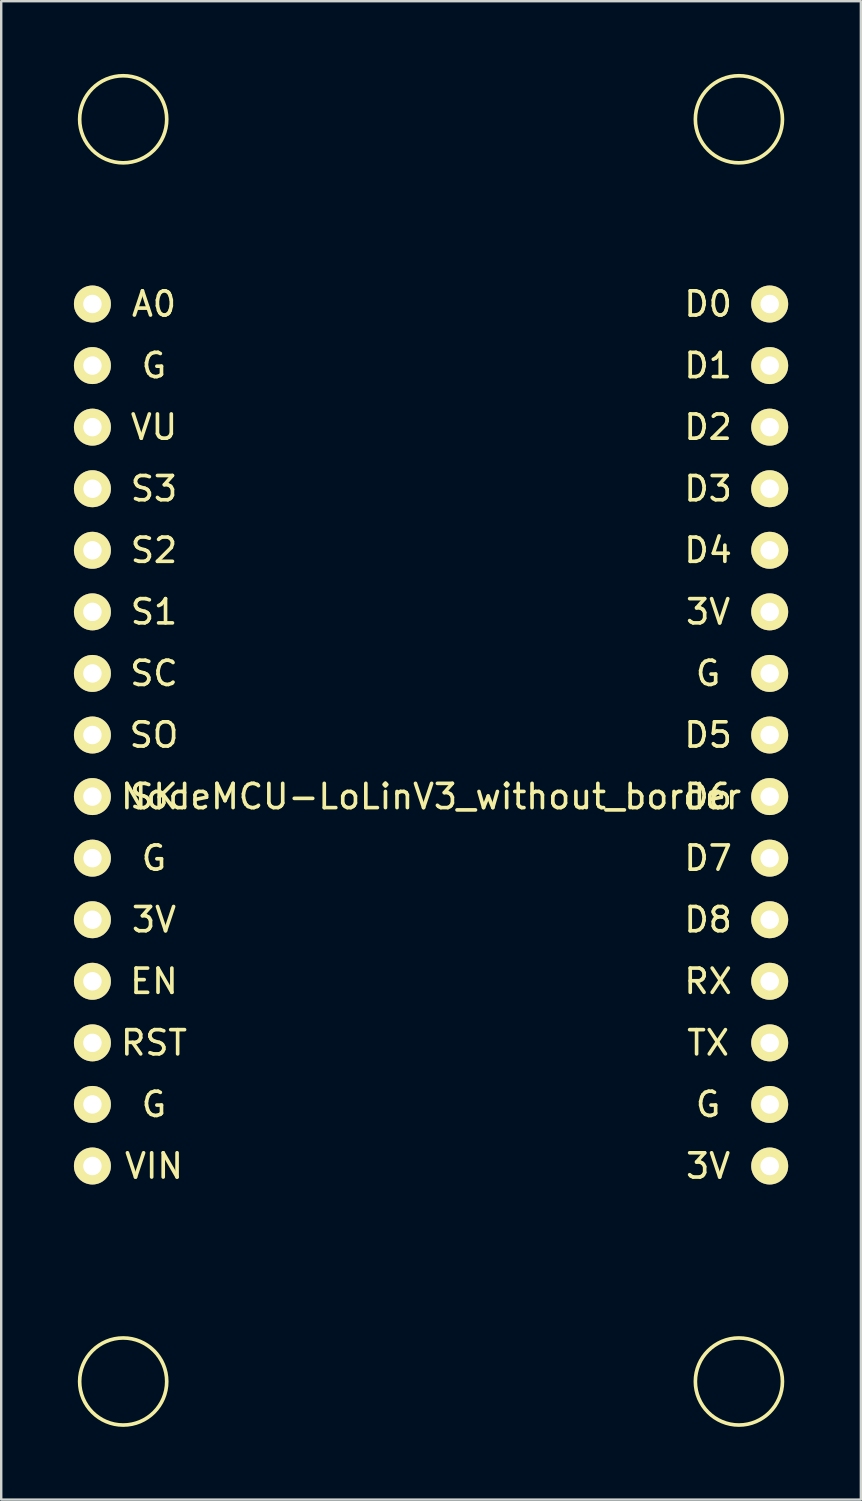
<source format=kicad_pcb>
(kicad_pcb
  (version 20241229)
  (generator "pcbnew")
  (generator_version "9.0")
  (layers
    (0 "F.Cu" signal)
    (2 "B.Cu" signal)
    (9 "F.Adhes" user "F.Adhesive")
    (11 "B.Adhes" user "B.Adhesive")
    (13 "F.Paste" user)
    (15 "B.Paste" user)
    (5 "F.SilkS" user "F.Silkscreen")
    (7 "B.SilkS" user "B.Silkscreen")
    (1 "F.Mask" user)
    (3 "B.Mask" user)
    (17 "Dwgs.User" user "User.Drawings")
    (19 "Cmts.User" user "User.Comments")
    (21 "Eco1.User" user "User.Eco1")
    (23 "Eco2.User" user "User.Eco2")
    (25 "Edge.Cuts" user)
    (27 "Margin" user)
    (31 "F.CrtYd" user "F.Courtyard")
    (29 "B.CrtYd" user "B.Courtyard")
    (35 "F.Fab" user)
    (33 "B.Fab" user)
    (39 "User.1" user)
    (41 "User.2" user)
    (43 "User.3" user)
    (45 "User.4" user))
  (footprint "NodeMCU-LoLinV3_without_border"
    (layer "F.Cu")
    (at 14.732 29.811)
    (property "Reference" "NodeMCU-LoLinV3_without_border" (at 0 0 0) (layer "F.SilkS") (effects (font (size 1 1) (thickness 0.15))))
    (attr through_hole)
    (fp_circle (center -12.7 -27.94) (end -11.43 -29.21) (stroke (width 0.15) (type solid)) (fill no) (layer "F.SilkS"))
    (fp_circle (center -12.7 24.13) (end -11.43 22.86) (stroke (width 0.15) (type solid)) (fill no) (layer "F.SilkS"))
    (fp_circle (center 12.7 -27.94) (end 13.97 -29.21) (stroke (width 0.15) (type solid)) (fill no) (layer "F.SilkS"))
    (fp_circle (center 12.7 24.13) (end 13.97 22.86) (stroke (width 0.15) (type solid)) (fill no) (layer "F.SilkS"))
    (fp_text user "G" (at 11.43 -5.08 0) (layer "F.SilkS") (effects (font (size 1 1) (thickness 0.15))))
    (fp_text user "3V" (at 11.43 -7.62 0) (layer "F.SilkS") (effects (font (size 1 1) (thickness 0.15))))
    (fp_text user "D3" (at 11.43 -12.7 0) (layer "F.SilkS") (effects (font (size 1 1) (thickness 0.15))))
    (fp_text user "A0" (at -11.43 -20.32 0) (layer "F.SilkS") (effects (font (size 1 1) (thickness 0.15))))
    (fp_text user "RX" (at 11.43 7.62 0) (layer "F.SilkS") (effects (font (size 1 1) (thickness 0.15))))
    (fp_text user "S3" (at -11.43 -12.7 0) (layer "F.SilkS") (effects (font (size 1 1) (thickness 0.15))))
    (fp_text user "3V" (at -11.43 5.08 0) (layer "F.SilkS") (effects (font (size 1 1) (thickness 0.15))))
    (fp_text user "G" (at -11.43 2.54 0) (layer "F.SilkS") (effects (font (size 1 1) (thickness 0.15))))
    (fp_text user "S1" (at -11.43 -7.62 0) (layer "F.SilkS") (effects (font (size 1 1) (thickness 0.15))))
    (fp_text user "TX" (at 11.43 10.16 0) (layer "F.SilkS") (effects (font (size 1 1) (thickness 0.15))))
    (fp_text user "D1" (at 11.43 -17.78 0) (layer "F.SilkS") (effects (font (size 1 1) (thickness 0.15))))
    (fp_text user "G" (at 11.43 12.7 0) (layer "F.SilkS") (effects (font (size 1 1) (thickness 0.15))))
    (fp_text user "D0" (at 11.43 -20.32 0) (layer "F.SilkS") (effects (font (size 1 1) (thickness 0.15))))
    (fp_text user "G" (at -11.43 -17.78 0) (layer "F.SilkS") (effects (font (size 1 1) (thickness 0.15))))
    (fp_text user "SC" (at -11.43 -5.08 0) (layer "F.SilkS") (effects (font (size 1 1) (thickness 0.15))))
    (fp_text user "D6" (at 11.43 0 0) (layer "F.SilkS") (effects (font (size 1 1) (thickness 0.15))))
    (fp_text user "D2" (at 11.43 -15.24 0) (layer "F.SilkS") (effects (font (size 1 1) (thickness 0.15))))
    (fp_text user "SK" (at -11.43 0 0) (layer "F.SilkS") (effects (font (size 1 1) (thickness 0.15))))
    (fp_text user "D7" (at 11.43 2.54 0) (layer "F.SilkS") (effects (font (size 1 1) (thickness 0.15))))
    (fp_text user "G" (at -11.43 12.7 0) (layer "F.SilkS") (effects (font (size 1 1) (thickness 0.15))))
    (fp_text user "D5" (at 11.43 -2.54 0) (layer "F.SilkS") (effects (font (size 1 1) (thickness 0.15))))
    (fp_text user "D4" (at 11.43 -10.16 0) (layer "F.SilkS") (effects (font (size 1 1) (thickness 0.15))))
    (fp_text user "EN" (at -11.43 7.62 0) (layer "F.SilkS") (effects (font (size 1 1) (thickness 0.15))))
    (fp_text user "VIN" (at -11.43 15.24 0) (layer "F.SilkS") (effects (font (size 1 1) (thickness 0.15))))
    (fp_text user "3V" (at 11.43 15.24 0) (layer "F.SilkS") (effects (font (size 1 1) (thickness 0.15))))
    (fp_text user "S2" (at -11.43 -10.16 0) (layer "F.SilkS") (effects (font (size 1 1) (thickness 0.15))))
    (fp_text user "VU" (at -11.43 -15.24 0) (layer "F.SilkS") (effects (font (size 1 1) (thickness 0.15))))
    (fp_text user "SO" (at -11.43 -2.54 0) (layer "F.SilkS") (effects (font (size 1 1) (thickness 0.15))))
    (fp_text user "RST" (at -11.43 10.16 0) (layer "F.SilkS") (effects (font (size 1 1) (thickness 0.15))))
    (fp_text user "D8" (at 11.43 5.08 0) (layer "F.SilkS") (effects (font (size 1 1) (thickness 0.15))))
    (pad "1" thru_hole circle (at -13.97 -20.32) (size 1.524 1.524) (drill 0.762) (layers "*.Cu" "*.Mask" "F.SilkS"))
    (pad "2" thru_hole circle (at -13.97 -17.78) (size 1.524 1.524) (drill 0.762) (layers "*.Cu" "*.Mask" "F.SilkS"))
    (pad "3" thru_hole circle (at -13.97 -15.24) (size 1.524 1.524) (drill 0.762) (layers "*.Cu" "*.Mask" "F.SilkS"))
    (pad "4" thru_hole circle (at -13.97 -12.7) (size 1.524 1.524) (drill 0.762) (layers "*.Cu" "*.Mask" "F.SilkS"))
    (pad "5" thru_hole circle (at -13.97 -10.16) (size 1.524 1.524) (drill 0.762) (layers "*.Cu" "*.Mask" "F.SilkS"))
    (pad "6" thru_hole circle (at -13.97 -7.62) (size 1.524 1.524) (drill 0.762) (layers "*.Cu" "*.Mask" "F.SilkS"))
    (pad "7" thru_hole circle (at -13.97 -5.08) (size 1.524 1.524) (drill 0.762) (layers "*.Cu" "*.Mask" "F.SilkS"))
    (pad "8" thru_hole circle (at -13.97 -2.54) (size 1.524 1.524) (drill 0.762) (layers "*.Cu" "*.Mask" "F.SilkS"))
    (pad "9" thru_hole circle (at -13.97 0) (size 1.524 1.524) (drill 0.762) (layers "*.Cu" "*.Mask" "F.SilkS"))
    (pad "10" thru_hole circle (at -13.97 2.54) (size 1.524 1.524) (drill 0.762) (layers "*.Cu" "*.Mask" "F.SilkS"))
    (pad "11" thru_hole circle (at -13.97 5.08) (size 1.524 1.524) (drill 0.762) (layers "*.Cu" "*.Mask" "F.SilkS"))
    (pad "12" thru_hole circle (at -13.97 7.62) (size 1.524 1.524) (drill 0.762) (layers "*.Cu" "*.Mask" "F.SilkS"))
    (pad "13" thru_hole circle (at -13.97 10.16) (size 1.524 1.524) (drill 0.762) (layers "*.Cu" "*.Mask" "F.SilkS"))
    (pad "14" thru_hole circle (at -13.97 12.7) (size 1.524 1.524) (drill 0.762) (layers "*.Cu" "*.Mask" "F.SilkS"))
    (pad "15" thru_hole circle (at -13.97 15.24) (size 1.524 1.524) (drill 0.762) (layers "*.Cu" "*.Mask" "F.SilkS"))
    (pad "16" thru_hole circle (at 13.97 15.24) (size 1.524 1.524) (drill 0.762) (layers "*.Cu" "*.Mask" "F.SilkS"))
    (pad "17" thru_hole circle (at 13.97 12.7) (size 1.524 1.524) (drill 0.762) (layers "*.Cu" "*.Mask" "F.SilkS"))
    (pad "18" thru_hole circle (at 13.97 10.16) (size 1.524 1.524) (drill 0.762) (layers "*.Cu" "*.Mask" "F.SilkS"))
    (pad "19" thru_hole circle (at 13.97 7.62) (size 1.524 1.524) (drill 0.762) (layers "*.Cu" "*.Mask" "F.SilkS"))
    (pad "20" thru_hole circle (at 13.97 5.08) (size 1.524 1.524) (drill 0.762) (layers "*.Cu" "*.Mask" "F.SilkS"))
    (pad "21" thru_hole circle (at 13.97 2.54) (size 1.524 1.524) (drill 0.762) (layers "*.Cu" "*.Mask" "F.SilkS"))
    (pad "22" thru_hole circle (at 13.97 0) (size 1.524 1.524) (drill 0.762) (layers "*.Cu" "*.Mask" "F.SilkS"))
    (pad "23" thru_hole circle (at 13.97 -2.54) (size 1.524 1.524) (drill 0.762) (layers "*.Cu" "*.Mask" "F.SilkS"))
    (pad "24" thru_hole circle (at 13.97 -5.08) (size 1.524 1.524) (drill 0.762) (layers "*.Cu" "*.Mask" "F.SilkS"))
    (pad "25" thru_hole circle (at 13.97 -7.62) (size 1.524 1.524) (drill 0.762) (layers "*.Cu" "*.Mask" "F.SilkS"))
    (pad "26" thru_hole circle (at 13.97 -10.16) (size 1.524 1.524) (drill 0.762) (layers "*.Cu" "*.Mask" "F.SilkS"))
    (pad "27" thru_hole circle (at 13.97 -12.7) (size 1.524 1.524) (drill 0.762) (layers "*.Cu" "*.Mask" "F.SilkS"))
    (pad "28" thru_hole circle (at 13.97 -15.24) (size 1.524 1.524) (drill 0.762) (layers "*.Cu" "*.Mask" "F.SilkS"))
    (pad "29" thru_hole circle (at 13.97 -17.78) (size 1.524 1.524) (drill 0.762) (layers "*.Cu" "*.Mask" "F.SilkS"))
    (pad "30" thru_hole circle (at 13.97 -20.32) (size 1.524 1.524) (drill 0.762) (layers "*.Cu" "*.Mask" "F.SilkS")))
  (gr_rect
    (start -3 -3)
    (end 32.464 58.812)
    (stroke (width 0.1) (type default))
    (fill no)
    (layer "Edge.Cuts")))
</source>
